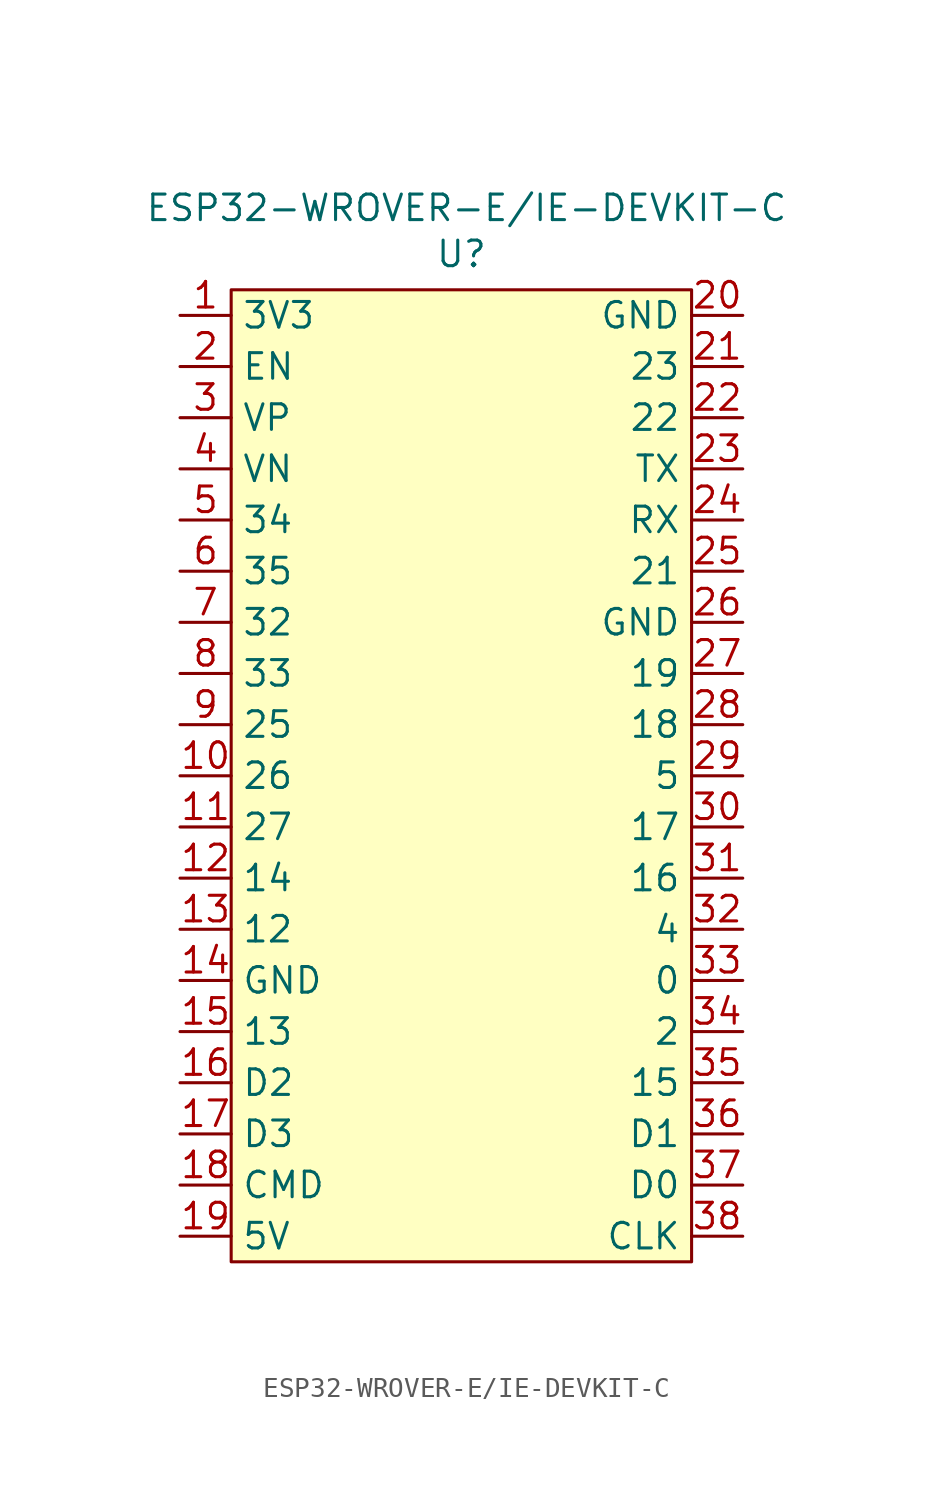
<source format=kicad_sym>
(kicad_symbol_lib
  (version 20241209)
  (generator "kicad_symbol_editor")
  (generator_version "9.0")
  (symbol "ESP32-WROVER-E/IE-DEVKIT-C"
    (property "Reference" "U"
      (at 11.43 3.048 0)
      (effects (font (size 1.27 1.27))))
    (property "Value" "ESP32-WROVER-E/IE-DEVKIT-C"
      (at 11.684 5.334 0)
      (effects (font (size 1.27 1.27))))
    (symbol "ESP32-WROVER-E/IE-DEVKIT-C_1_1"
      (rectangle (start 0 1.27) (end 22.86 -46.99) (stroke (width 0) (type solid)) (fill (type color) (color 255 255 194 1)))
      (pin power_out line (at -2.54 0 0) (length 2.54) (name "3V3" (effects (font (size 1.27 1.27)))) (number "1" (effects (font (size 1.27 1.27)))))
      (pin bidirectional line (at -2.54 -2.54 0) (length 2.54) (name "EN" (effects (font (size 1.27 1.27)))) (number "2" (effects (font (size 1.27 1.27)))))
      (pin bidirectional line (at -2.54 -5.08 0) (length 2.54) (name "VP" (effects (font (size 1.27 1.27)))) (number "3" (effects (font (size 1.27 1.27)))))
      (pin bidirectional line (at -2.54 -7.62 0) (length 2.54) (name "VN" (effects (font (size 1.27 1.27)))) (number "4" (effects (font (size 1.27 1.27)))))
      (pin bidirectional line (at -2.54 -10.16 0) (length 2.54) (name "34" (effects (font (size 1.27 1.27)))) (number "5" (effects (font (size 1.27 1.27)))))
      (pin bidirectional line (at -2.54 -12.7 0) (length 2.54) (name "35" (effects (font (size 1.27 1.27)))) (number "6" (effects (font (size 1.27 1.27)))))
      (pin bidirectional line (at -2.54 -15.24 0) (length 2.54) (name "32" (effects (font (size 1.27 1.27)))) (number "7" (effects (font (size 1.27 1.27)))))
      (pin bidirectional line (at -2.54 -17.78 0) (length 2.54) (name "33" (effects (font (size 1.27 1.27)))) (number "8" (effects (font (size 1.27 1.27)))))
      (pin bidirectional line (at -2.54 -20.32 0) (length 2.54) (name "25" (effects (font (size 1.27 1.27)))) (number "9" (effects (font (size 1.27 1.27)))))
      (pin bidirectional line (at -2.54 -22.86 0) (length 2.54) (name "26" (effects (font (size 1.27 1.27)))) (number "10" (effects (font (size 1.27 1.27)))))
      (pin bidirectional line (at -2.54 -25.4 0) (length 2.54) (name "27" (effects (font (size 1.27 1.27)))) (number "11" (effects (font (size 1.27 1.27)))))
      (pin bidirectional line (at -2.54 -27.94 0) (length 2.54) (name "14" (effects (font (size 1.27 1.27)))) (number "12" (effects (font (size 1.27 1.27)))))
      (pin bidirectional line (at -2.54 -30.48 0) (length 2.54) (name "12" (effects (font (size 1.27 1.27)))) (number "13" (effects (font (size 1.27 1.27)))))
      (pin power_in line (at -2.54 -33.02 0) (length 2.54) (name "GND" (effects (font (size 1.27 1.27)))) (number "14" (effects (font (size 1.27 1.27)))))
      (pin bidirectional line (at -2.54 -35.56 0) (length 2.54) (name "13" (effects (font (size 1.27 1.27)))) (number "15" (effects (font (size 1.27 1.27)))))
      (pin bidirectional line (at -2.54 -38.1 0) (length 2.54) (name "D2" (effects (font (size 1.27 1.27)))) (number "16" (effects (font (size 1.27 1.27)))))
      (pin bidirectional line (at -2.54 -40.64 0) (length 2.54) (name "D3" (effects (font (size 1.27 1.27)))) (number "17" (effects (font (size 1.27 1.27)))))
      (pin bidirectional line (at -2.54 -43.18 0) (length 2.54) (name "CMD" (effects (font (size 1.27 1.27)))) (number "18" (effects (font (size 1.27 1.27)))))
      (pin bidirectional line (at -2.54 -45.72 0) (length 2.54) (name "5V" (effects (font (size 1.27 1.27)))) (number "19" (effects (font (size 1.27 1.27)))))
      (pin power_in line (at 25.4 0 180) (length 2.54) (name "GND" (effects (font (size 1.27 1.27)))) (number "20" (effects (font (size 1.27 1.27)))))
      (pin bidirectional line (at 25.4 -2.54 180) (length 2.54) (name "23" (effects (font (size 1.27 1.27)))) (number "21" (effects (font (size 1.27 1.27)))))
      (pin bidirectional line (at 25.4 -5.08 180) (length 2.54) (name "22" (effects (font (size 1.27 1.27)))) (number "22" (effects (font (size 1.27 1.27)))))
      (pin bidirectional line (at 25.4 -7.62 180) (length 2.54) (name "TX" (effects (font (size 1.27 1.27)))) (number "23" (effects (font (size 1.27 1.27)))))
      (pin bidirectional line (at 25.4 -10.16 180) (length 2.54) (name "RX" (effects (font (size 1.27 1.27)))) (number "24" (effects (font (size 1.27 1.27)))))
      (pin bidirectional line (at 25.4 -12.7 180) (length 2.54) (name "21" (effects (font (size 1.27 1.27)))) (number "25" (effects (font (size 1.27 1.27)))))
      (pin power_in line (at 25.4 -15.24 180) (length 2.54) (name "GND" (effects (font (size 1.27 1.27)))) (number "26" (effects (font (size 1.27 1.27)))))
      (pin bidirectional line (at 25.4 -17.78 180) (length 2.54) (name "19" (effects (font (size 1.27 1.27)))) (number "27" (effects (font (size 1.27 1.27)))))
      (pin bidirectional line (at 25.4 -20.32 180) (length 2.54) (name "18" (effects (font (size 1.27 1.27)))) (number "28" (effects (font (size 1.27 1.27)))))
      (pin bidirectional line (at 25.4 -22.86 180) (length 2.54) (name "5" (effects (font (size 1.27 1.27)))) (number "29" (effects (font (size 1.27 1.27)))))
      (pin bidirectional line (at 25.4 -25.4 180) (length 2.54) (name "17" (effects (font (size 1.27 1.27)))) (number "30" (effects (font (size 1.27 1.27)))))
      (pin bidirectional line (at 25.4 -27.94 180) (length 2.54) (name "16" (effects (font (size 1.27 1.27)))) (number "31" (effects (font (size 1.27 1.27)))))
      (pin bidirectional line (at 25.4 -30.48 180) (length 2.54) (name "4" (effects (font (size 1.27 1.27)))) (number "32" (effects (font (size 1.27 1.27)))))
      (pin bidirectional line (at 25.4 -33.02 180) (length 2.54) (name "0" (effects (font (size 1.27 1.27)))) (number "33" (effects (font (size 1.27 1.27)))))
      (pin bidirectional line (at 25.4 -35.56 180) (length 2.54) (name "2" (effects (font (size 1.27 1.27)))) (number "34" (effects (font (size 1.27 1.27)))))
      (pin bidirectional line (at 25.4 -38.1 180) (length 2.54) (name "15" (effects (font (size 1.27 1.27)))) (number "35" (effects (font (size 1.27 1.27)))))
      (pin bidirectional line (at 25.4 -40.64 180) (length 2.54) (name "D1" (effects (font (size 1.27 1.27)))) (number "36" (effects (font (size 1.27 1.27)))))
      (pin bidirectional line (at 25.4 -43.18 180) (length 2.54) (name "D0" (effects (font (size 1.27 1.27)))) (number "37" (effects (font (size 1.27 1.27)))))
      (pin bidirectional line (at 25.4 -45.72 180) (length 2.54) (name "CLK" (effects (font (size 1.27 1.27)))) (number "38" (effects (font (size 1.27 1.27))))))))
</source>
